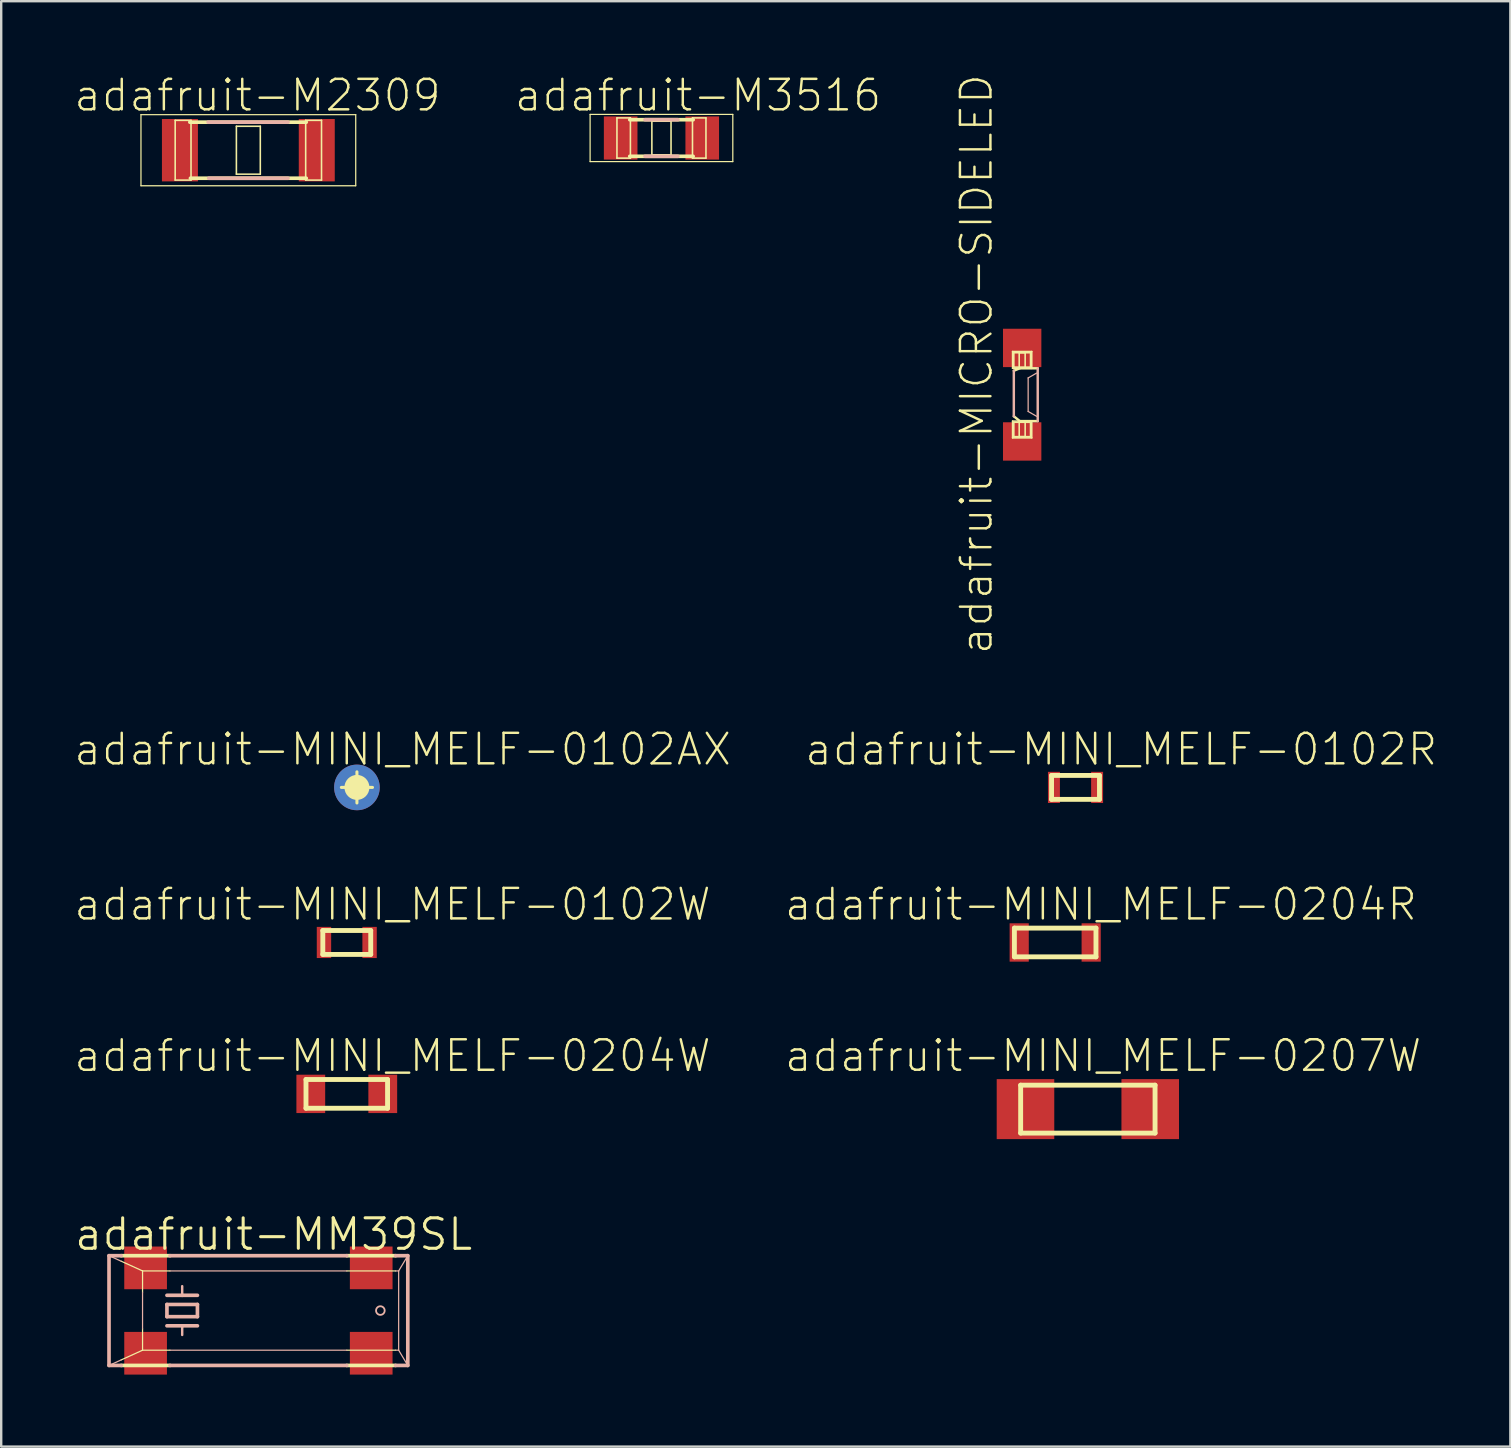
<source format=kicad_pcb>
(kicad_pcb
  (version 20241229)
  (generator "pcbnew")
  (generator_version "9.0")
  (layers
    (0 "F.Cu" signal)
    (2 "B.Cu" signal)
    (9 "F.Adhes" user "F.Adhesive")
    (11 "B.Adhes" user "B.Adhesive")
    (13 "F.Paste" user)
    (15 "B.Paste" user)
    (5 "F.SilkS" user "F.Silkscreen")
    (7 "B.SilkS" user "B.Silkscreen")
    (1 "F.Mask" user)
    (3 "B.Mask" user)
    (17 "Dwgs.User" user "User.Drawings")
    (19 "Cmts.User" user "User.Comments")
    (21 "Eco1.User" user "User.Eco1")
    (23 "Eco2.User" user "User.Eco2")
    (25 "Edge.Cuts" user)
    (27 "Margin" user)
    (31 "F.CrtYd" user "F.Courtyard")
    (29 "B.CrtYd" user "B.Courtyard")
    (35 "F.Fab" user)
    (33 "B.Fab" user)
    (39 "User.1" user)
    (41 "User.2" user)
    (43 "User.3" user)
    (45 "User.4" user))
  (footprint "adafruit-MINI_MELF-0207W"
    (layer "F.Cu")
    (at 42.265 43.151)
    (property "Reference" "adafruit-MINI_MELF-0207W" (at 0.635 -2.223 0) (layer "F.SilkS") (effects (font (size 1.27 1.27) (thickness 0.102))))
    (attr smd)
    (fp_line (start -2.799 -0.998) (end -2.799 0.998) (stroke (width 0.203) (type solid)) (layer "F.SilkS"))
    (fp_line (start -2.799 0.998) (end 2.799 0.998) (stroke (width 0.203) (type solid)) (layer "F.SilkS"))
    (fp_line (start 2.799 -0.998) (end -2.799 -0.998) (stroke (width 0.203) (type solid)) (layer "F.SilkS"))
    (fp_line (start 2.799 0.998) (end 2.799 -0.998) (stroke (width 0.203) (type solid)) (layer "F.SilkS"))
    (pad "1" smd rect (at -2.598 0) (size 2.398 2.499) (layers "F.Cu" "F.Mask" "F.Paste"))
    (pad "2" smd rect (at 2.598 0) (size 2.398 2.499) (layers "F.Cu" "F.Mask" "F.Paste")))
  (footprint "adafruit-MINI_MELF-0204W"
    (layer "F.Cu")
    (at 11.395 42.516)
    (property "Reference" "adafruit-MINI_MELF-0204W" (at 1.905 -1.587 0) (layer "F.SilkS") (effects (font (size 1.27 1.27) (thickness 0.102))))
    (attr smd)
    (fp_line (start -1.699 -0.599) (end -1.699 0.599) (stroke (width 0.203) (type solid)) (layer "F.SilkS"))
    (fp_line (start -1.699 0.599) (end 1.699 0.599) (stroke (width 0.203) (type solid)) (layer "F.SilkS"))
    (fp_line (start 1.699 -0.599) (end -1.699 -0.599) (stroke (width 0.203) (type solid)) (layer "F.SilkS"))
    (fp_line (start 1.699 0.599) (end 1.699 -0.599) (stroke (width 0.203) (type solid)) (layer "F.SilkS"))
    (pad "1" smd rect (at -1.499 0) (size 1.199 1.598) (layers "F.Cu" "F.Mask" "F.Paste"))
    (pad "2" smd rect (at 1.499 0) (size 1.199 1.598) (layers "F.Cu" "F.Mask" "F.Paste")))
  (footprint "adafruit-MINI_MELF-0102R"
    (layer "F.Cu")
    (at 41.751 29.75)
    (property "Reference" "adafruit-MINI_MELF-0102R" (at 1.905 -1.587 0) (layer "F.SilkS") (effects (font (size 1.27 1.27) (thickness 0.102))))
    (attr smd)
    (fp_line (start -0.998 -0.498) (end -0.998 0.498) (stroke (width 0.203) (type solid)) (layer "F.SilkS"))
    (fp_line (start -0.998 0.498) (end 0.998 0.498) (stroke (width 0.203) (type solid)) (layer "F.SilkS"))
    (fp_line (start 0.998 -0.498) (end -0.998 -0.498) (stroke (width 0.203) (type solid)) (layer "F.SilkS"))
    (fp_line (start 0.998 0.498) (end 0.998 -0.498) (stroke (width 0.203) (type solid)) (layer "F.SilkS"))
    (pad "1" smd rect (at -0.899 0) (size 0.498 1.298) (layers "F.Cu" "F.Mask" "F.Paste"))
    (pad "2" smd rect (at 0.899 0) (size 0.498 1.298) (layers "F.Cu" "F.Mask" "F.Paste")))
  (footprint "adafruit-MINI_MELF-0102W"
    (layer "F.Cu")
    (at 11.395 36.209)
    (property "Reference" "adafruit-MINI_MELF-0102W" (at 1.905 -1.587 0) (layer "F.SilkS") (effects (font (size 1.27 1.27) (thickness 0.102))))
    (attr smd)
    (fp_line (start -0.998 -0.498) (end -0.998 0.498) (stroke (width 0.203) (type solid)) (layer "F.SilkS"))
    (fp_line (start -0.998 0.498) (end 0.998 0.498) (stroke (width 0.203) (type solid)) (layer "F.SilkS"))
    (fp_line (start 0.998 -0.498) (end -0.998 -0.498) (stroke (width 0.203) (type solid)) (layer "F.SilkS"))
    (fp_line (start 0.998 0.498) (end 0.998 -0.498) (stroke (width 0.203) (type solid)) (layer "F.SilkS"))
    (pad "1" smd rect (at -0.95 0) (size 0.599 1.298) (layers "F.Cu" "F.Mask" "F.Paste"))
    (pad "2" smd rect (at 0.95 0) (size 0.599 1.298) (layers "F.Cu" "F.Mask" "F.Paste")))
  (footprint "adafruit-MICRO-SIDELED"
    (layer "F.Cu")
    (at 39.529 13.391)
    (property "Reference" "adafruit-MICRO-SIDELED" (at -1.905 -1.27 90) (layer "F.SilkS") (effects (font (size 1.27 1.27) (thickness 0.102))))
    (attr smd)
    (fp_line (start -0.399 -1.798) (end 0.399 -1.798) (stroke (width 0.066) (type solid)) (layer "F.SilkS"))
    (fp_line (start -0.399 -1.1) (end -0.399 -1.798) (stroke (width 0.066) (type solid)) (layer "F.SilkS"))
    (fp_line (start -0.399 -1.1) (end 0.399 -1.1) (stroke (width 0.066) (type solid)) (layer "F.SilkS"))
    (fp_line (start -0.399 1.1) (end 0.399 1.1) (stroke (width 0.066) (type solid)) (layer "F.SilkS"))
    (fp_line (start -0.399 1.798) (end -0.399 1.1) (stroke (width 0.066) (type solid)) (layer "F.SilkS"))
    (fp_line (start -0.399 1.798) (end 0.399 1.798) (stroke (width 0.066) (type solid)) (layer "F.SilkS"))
    (fp_line (start -0.348 -1.748) (end 0.348 -1.748) (stroke (width 0.066) (type solid)) (layer "F.SilkS"))
    (fp_line (start -0.348 -1.148) (end -0.348 -1.748) (stroke (width 0.066) (type solid)) (layer "F.SilkS"))
    (fp_line (start -0.348 -1.148) (end 0.348 -1.148) (stroke (width 0.066) (type solid)) (layer "F.SilkS"))
    (fp_line (start -0.348 0.899) (end -0.099 1.1) (stroke (width 0.102) (type solid)) (layer "F.SilkS"))
    (fp_line (start -0.348 1.148) (end 0.348 1.148) (stroke (width 0.066) (type solid)) (layer "F.SilkS"))
    (fp_line (start -0.348 1.748) (end -0.348 1.148) (stroke (width 0.066) (type solid)) (layer "F.SilkS"))
    (fp_line (start -0.348 1.748) (end 0.348 1.748) (stroke (width 0.066) (type solid)) (layer "F.SilkS"))
    (fp_line (start -0.124 -1.748) (end 0.124 -1.748) (stroke (width 0.066) (type solid)) (layer "F.SilkS"))
    (fp_line (start -0.124 -1.123) (end -0.124 -1.748) (stroke (width 0.066) (type solid)) (layer "F.SilkS"))
    (fp_line (start -0.124 -1.123) (end 0.124 -1.123) (stroke (width 0.066) (type solid)) (layer "F.SilkS"))
    (fp_line (start -0.124 1.123) (end 0.124 1.123) (stroke (width 0.066) (type solid)) (layer "F.SilkS"))
    (fp_line (start -0.124 1.748) (end -0.124 1.123) (stroke (width 0.066) (type solid)) (layer "F.SilkS"))
    (fp_line (start -0.124 1.748) (end 0.124 1.748) (stroke (width 0.066) (type solid)) (layer "F.SilkS"))
    (fp_line (start -0.099 -1.1) (end -0.348 -0.998) (stroke (width 0.102) (type solid)) (layer "F.SilkS"))
    (fp_line (start -0.099 1.1) (end 0.648 1.1) (stroke (width 0.102) (type solid)) (layer "F.SilkS"))
    (fp_line (start 0.124 -1.123) (end 0.124 -1.748) (stroke (width 0.066) (type solid)) (layer "F.SilkS"))
    (fp_line (start 0.124 1.748) (end 0.124 1.123) (stroke (width 0.066) (type solid)) (layer "F.SilkS"))
    (fp_line (start 0.348 -1.148) (end 0.348 -1.748) (stroke (width 0.066) (type solid)) (layer "F.SilkS"))
    (fp_line (start 0.348 1.748) (end 0.348 1.148) (stroke (width 0.066) (type solid)) (layer "F.SilkS"))
    (fp_line (start 0.399 -1.1) (end 0.399 -1.798) (stroke (width 0.066) (type solid)) (layer "F.SilkS"))
    (fp_line (start 0.399 1.798) (end 0.399 1.1) (stroke (width 0.066) (type solid)) (layer "F.SilkS"))
    (fp_line (start 0.648 -1.1) (end -0.099 -1.1) (stroke (width 0.102) (type solid)) (layer "F.SilkS"))
    (fp_line (start -0.348 -0.998) (end -0.348 0.899) (stroke (width 0.102) (type solid)) (layer "B.SilkS"))
    (fp_line (start 0.249 -0.699) (end 0.249 0.699) (stroke (width 0.051) (type solid)) (layer "B.SilkS"))
    (fp_line (start 0.249 0.699) (end 0.599 0.899) (stroke (width 0.051) (type solid)) (layer "B.SilkS"))
    (fp_line (start 0.599 -0.899) (end 0.249 -0.699) (stroke (width 0.051) (type solid)) (layer "B.SilkS"))
    (fp_line (start 0.648 1.1) (end 0.648 -1.1) (stroke (width 0.102) (type solid)) (layer "B.SilkS"))
    (pad "A" smd rect (at 0 -1.948) (size 1.598 1.598) (layers "F.Cu" "F.Mask" "F.Paste"))
    (pad "C" smd rect (at 0 1.948) (size 1.598 1.598) (layers "F.Cu" "F.Mask" "F.Paste")))
  (footprint "adafruit-MM39SL"
    (layer "F.Cu")
    (at 7.714 51.542)
    (property "Reference" "adafruit-MM39SL" (at 0.635 -3.175 0) (layer "F.SilkS") (effects (font (size 1.27 1.27) (thickness 0.127))))
    (attr smd)
    (fp_line (start -5.715 -2.286) (end -3.683 -2.286) (stroke (width 0.152) (type solid)) (layer "F.SilkS"))
    (fp_line (start -5.715 2.286) (end -3.683 2.286) (stroke (width 0.152) (type solid)) (layer "F.SilkS"))
    (fp_line (start -4.826 -1.651) (end -5.715 -2.055) (stroke (width 0.051) (type solid)) (layer "F.SilkS"))
    (fp_line (start -4.826 -1.651) (end -4.826 -0.762) (stroke (width 0.051) (type solid)) (layer "F.SilkS"))
    (fp_line (start -4.826 0.762) (end -4.826 1.651) (stroke (width 0.051) (type solid)) (layer "F.SilkS"))
    (fp_line (start -4.826 1.651) (end -5.715 2.055) (stroke (width 0.051) (type solid)) (layer "F.SilkS"))
    (fp_line (start -4.826 1.651) (end -3.683 1.651) (stroke (width 0.051) (type solid)) (layer "F.SilkS"))
    (fp_line (start -3.683 -1.651) (end -4.826 -1.651) (stroke (width 0.051) (type solid)) (layer "F.SilkS"))
    (fp_line (start 3.683 -2.286) (end 5.715 -2.286) (stroke (width 0.152) (type solid)) (layer "F.SilkS"))
    (fp_line (start 3.683 1.651) (end 5.715 1.651) (stroke (width 0.051) (type solid)) (layer "F.SilkS"))
    (fp_line (start 3.683 2.286) (end 5.715 2.286) (stroke (width 0.152) (type solid)) (layer "F.SilkS"))
    (fp_line (start 5.715 -1.651) (end 3.683 -1.651) (stroke (width 0.051) (type solid)) (layer "F.SilkS"))
    (fp_line (start -6.223 -2.286) (end -5.715 -2.286) (stroke (width 0.152) (type solid)) (layer "B.SilkS"))
    (fp_line (start -6.223 2.286) (end -6.223 -2.286) (stroke (width 0.152) (type solid)) (layer "B.SilkS"))
    (fp_line (start -6.223 2.286) (end -5.715 2.286) (stroke (width 0.152) (type solid)) (layer "B.SilkS"))
    (fp_line (start -5.715 -2.055) (end -6.223 -2.286) (stroke (width 0.051) (type solid)) (layer "B.SilkS"))
    (fp_line (start -5.715 2.055) (end -6.223 2.286) (stroke (width 0.051) (type solid)) (layer "B.SilkS"))
    (fp_line (start -4.826 -0.762) (end -4.826 0.762) (stroke (width 0.051) (type solid)) (layer "B.SilkS"))
    (fp_line (start -3.81 -0.635) (end -3.175 -0.635) (stroke (width 0.152) (type solid)) (layer "B.SilkS"))
    (fp_line (start -3.81 -0.254) (end -3.81 0.254) (stroke (width 0.152) (type solid)) (layer "B.SilkS"))
    (fp_line (start -3.81 0.254) (end -2.54 0.254) (stroke (width 0.152) (type solid)) (layer "B.SilkS"))
    (fp_line (start -3.81 0.635) (end -3.175 0.635) (stroke (width 0.152) (type solid)) (layer "B.SilkS"))
    (fp_line (start -3.683 -2.286) (end 3.683 -2.286) (stroke (width 0.152) (type solid)) (layer "B.SilkS"))
    (fp_line (start -3.683 1.651) (end 3.683 1.651) (stroke (width 0.051) (type solid)) (layer "B.SilkS"))
    (fp_line (start -3.683 2.286) (end 3.683 2.286) (stroke (width 0.152) (type solid)) (layer "B.SilkS"))
    (fp_line (start -3.175 -0.635) (end -3.175 -1.016) (stroke (width 0.102) (type solid)) (layer "B.SilkS"))
    (fp_line (start -3.175 -0.635) (end -2.54 -0.635) (stroke (width 0.152) (type solid)) (layer "B.SilkS"))
    (fp_line (start -3.175 0.635) (end -3.175 1.016) (stroke (width 0.102) (type solid)) (layer "B.SilkS"))
    (fp_line (start -3.175 0.635) (end -2.54 0.635) (stroke (width 0.152) (type solid)) (layer "B.SilkS"))
    (fp_line (start -2.54 -0.254) (end -3.81 -0.254) (stroke (width 0.152) (type solid)) (layer "B.SilkS"))
    (fp_line (start -2.54 0.254) (end -2.54 -0.254) (stroke (width 0.152) (type solid)) (layer "B.SilkS"))
    (fp_line (start 3.683 -1.651) (end -3.683 -1.651) (stroke (width 0.051) (type solid)) (layer "B.SilkS"))
    (fp_line (start 5.715 -2.286) (end 6.223 -2.286) (stroke (width 0.152) (type solid)) (layer "B.SilkS"))
    (fp_line (start 5.715 1.651) (end 5.842 1.651) (stroke (width 0.051) (type solid)) (layer "B.SilkS"))
    (fp_line (start 5.715 2.286) (end 6.223 2.286) (stroke (width 0.152) (type solid)) (layer "B.SilkS"))
    (fp_line (start 5.842 -1.651) (end 5.715 -1.651) (stroke (width 0.051) (type solid)) (layer "B.SilkS"))
    (fp_line (start 5.842 -1.651) (end 6.223 -2.286) (stroke (width 0.051) (type solid)) (layer "B.SilkS"))
    (fp_line (start 5.842 1.651) (end 5.842 -1.651) (stroke (width 0.051) (type solid)) (layer "B.SilkS"))
    (fp_line (start 5.842 1.651) (end 6.223 2.286) (stroke (width 0.051) (type solid)) (layer "B.SilkS"))
    (fp_line (start 6.223 2.286) (end 6.223 -2.286) (stroke (width 0.152) (type solid)) (layer "B.SilkS"))
    (fp_circle (center 5.08 0) (end 5.207 0.127) (stroke (width 0.076) (type solid)) (fill no) (layer "B.SilkS"))
    (pad "1" smd rect (at -4.699 1.778) (size 1.778 1.778) (layers "F.Cu" "F.Mask" "F.Paste"))
    (pad "2" smd rect (at 4.699 1.778) (size 1.778 1.778) (layers "F.Cu" "F.Mask" "F.Paste"))
    (pad "3" smd rect (at 4.699 -1.778) (size 1.778 1.778) (layers "F.Cu" "F.Mask" "F.Paste"))
    (pad "4" smd rect (at -4.699 -1.778) (size 1.778 1.778) (layers "F.Cu" "F.Mask" "F.Paste")))
  (footprint "adafruit-MINI_MELF-0102AX"
    (layer "F.Cu")
    (at 11.818 29.75)
    (property "Reference" "adafruit-MINI_MELF-0102AX" (at 1.905 -1.587 0) (layer "F.SilkS") (effects (font (size 1.27 1.27) (thickness 0.102))))
    (attr smd)
    (fp_line (start -0.648 0) (end 0.648 0) (stroke (width 0.127) (type solid)) (layer "F.SilkS"))
    (fp_line (start 0 0.648) (end 0 -0.648) (stroke (width 0.127) (type solid)) (layer "F.SilkS"))
    (fp_circle (center 0 0) (end -0.323 0.323) (stroke (width 0.127) (type solid)) (fill no) (layer "F.SilkS"))
    (fp_circle (center 0 0) (end -0.3 0.3) (stroke (width 0) (type solid)) (fill yes) (layer "F.SilkS"))
    (fp_circle (center 0 0) (end -0.3 0.3) (stroke (width 0) (type solid)) (fill yes) (layer "F.SilkS"))
    (pad "1" smd circle (at 0 0) (size 1.9 1.9) (layers "F.Cu" "F.Mask" "F.Paste"))
    (pad "2" smd circle (at 0 0) (size 1.9 1.9) (layers "B.Cu" "B.Mask")))
  (footprint "adafruit-M2309"
    (layer "F.Cu")
    (at 7.295 3.207)
    (property "Reference" "adafruit-M2309" (at 0.381 -2.286 0) (layer "F.SilkS") (effects (font (size 1.27 1.27) (thickness 0.102))))
    (attr smd)
    (fp_line (start -4.473 -1.481) (end 4.473 -1.481) (stroke (width 0.051) (type solid)) (layer "F.SilkS"))
    (fp_line (start -4.473 1.481) (end -4.473 -1.481) (stroke (width 0.051) (type solid)) (layer "F.SilkS"))
    (fp_line (start -3.048 -1.245) (end -2.388 -1.245) (stroke (width 0.066) (type solid)) (layer "F.SilkS"))
    (fp_line (start -3.048 1.245) (end -3.048 -1.245) (stroke (width 0.066) (type solid)) (layer "F.SilkS"))
    (fp_line (start -3.048 1.245) (end -2.388 1.245) (stroke (width 0.066) (type solid)) (layer "F.SilkS"))
    (fp_line (start -2.388 1.245) (end -2.388 -1.245) (stroke (width 0.066) (type solid)) (layer "F.SilkS"))
    (fp_line (start -0.498 -0.998) (end 0.498 -0.998) (stroke (width 0.066) (type solid)) (layer "F.SilkS"))
    (fp_line (start -0.498 0.998) (end -0.498 -0.998) (stroke (width 0.066) (type solid)) (layer "F.SilkS"))
    (fp_line (start -0.498 0.998) (end 0.498 0.998) (stroke (width 0.066) (type solid)) (layer "F.SilkS"))
    (fp_line (start 0.498 0.998) (end 0.498 -0.998) (stroke (width 0.066) (type solid)) (layer "F.SilkS"))
    (fp_line (start 2.388 -1.245) (end 3.048 -1.245) (stroke (width 0.066) (type solid)) (layer "F.SilkS"))
    (fp_line (start 2.388 1.245) (end 2.388 -1.245) (stroke (width 0.066) (type solid)) (layer "F.SilkS"))
    (fp_line (start 2.388 1.245) (end 3.048 1.245) (stroke (width 0.066) (type solid)) (layer "F.SilkS"))
    (fp_line (start 2.413 -1.168) (end -2.438 -1.168) (stroke (width 0.152) (type solid)) (layer "F.SilkS"))
    (fp_line (start 2.413 1.168) (end -2.413 1.168) (stroke (width 0.152) (type solid)) (layer "F.SilkS"))
    (fp_line (start 3.048 1.245) (end 3.048 -1.245) (stroke (width 0.066) (type solid)) (layer "F.SilkS"))
    (fp_line (start 4.473 -1.481) (end 4.473 1.481) (stroke (width 0.051) (type solid)) (layer "F.SilkS"))
    (fp_line (start 4.473 1.481) (end -4.473 1.481) (stroke (width 0.051) (type solid)) (layer "F.SilkS"))
    (fp_line (start 1.651 -1.168) (end -1.676 -1.168) (stroke (width 0.152) (type solid)) (layer "B.SilkS"))
    (fp_line (start 1.651 1.168) (end -1.651 1.168) (stroke (width 0.152) (type solid)) (layer "B.SilkS"))
    (pad "1" smd rect (at -2.85 0) (size 1.499 2.598) (layers "F.Cu" "F.Mask" "F.Paste"))
    (pad "2" smd rect (at 2.85 0) (size 1.499 2.598) (layers "F.Cu" "F.Mask" "F.Paste")))
  (footprint "adafruit-M3516"
    (layer "F.Cu")
    (at 24.503 2.699)
    (property "Reference" "adafruit-M3516" (at 1.524 -1.778 0) (layer "F.SilkS") (effects (font (size 1.27 1.27) (thickness 0.102))))
    (attr smd)
    (fp_line (start -2.972 -0.983) (end 2.972 -0.983) (stroke (width 0.051) (type solid)) (layer "F.SilkS"))
    (fp_line (start -2.972 0.983) (end -2.972 -0.983) (stroke (width 0.051) (type solid)) (layer "F.SilkS"))
    (fp_line (start -1.854 -0.838) (end -1.293 -0.838) (stroke (width 0.066) (type solid)) (layer "F.SilkS"))
    (fp_line (start -1.854 0.838) (end -1.854 -0.838) (stroke (width 0.066) (type solid)) (layer "F.SilkS"))
    (fp_line (start -1.854 0.838) (end -1.293 0.838) (stroke (width 0.066) (type solid)) (layer "F.SilkS"))
    (fp_line (start -1.293 0.838) (end -1.293 -0.838) (stroke (width 0.066) (type solid)) (layer "F.SilkS"))
    (fp_line (start -0.399 -0.699) (end 0.399 -0.699) (stroke (width 0.066) (type solid)) (layer "F.SilkS"))
    (fp_line (start -0.399 0.699) (end -0.399 -0.699) (stroke (width 0.066) (type solid)) (layer "F.SilkS"))
    (fp_line (start -0.399 0.699) (end 0.399 0.699) (stroke (width 0.066) (type solid)) (layer "F.SilkS"))
    (fp_line (start 0.399 0.699) (end 0.399 -0.699) (stroke (width 0.066) (type solid)) (layer "F.SilkS"))
    (fp_line (start 1.293 -0.838) (end 1.854 -0.838) (stroke (width 0.066) (type solid)) (layer "F.SilkS"))
    (fp_line (start 1.293 0.838) (end 1.293 -0.838) (stroke (width 0.066) (type solid)) (layer "F.SilkS"))
    (fp_line (start 1.293 0.838) (end 1.854 0.838) (stroke (width 0.066) (type solid)) (layer "F.SilkS"))
    (fp_line (start 1.321 -0.762) (end -1.321 -0.762) (stroke (width 0.152) (type solid)) (layer "F.SilkS"))
    (fp_line (start 1.321 0.762) (end -1.321 0.762) (stroke (width 0.152) (type solid)) (layer "F.SilkS"))
    (fp_line (start 1.854 0.838) (end 1.854 -0.838) (stroke (width 0.066) (type solid)) (layer "F.SilkS"))
    (fp_line (start 2.972 -0.983) (end 2.972 0.983) (stroke (width 0.051) (type solid)) (layer "F.SilkS"))
    (fp_line (start 2.972 0.983) (end -2.972 0.983) (stroke (width 0.051) (type solid)) (layer "F.SilkS"))
    (fp_line (start 0.686 -0.762) (end -0.686 -0.762) (stroke (width 0.152) (type solid)) (layer "B.SilkS"))
    (fp_line (start 0.686 0.762) (end -0.686 0.762) (stroke (width 0.152) (type solid)) (layer "B.SilkS"))
    (pad "1" smd rect (at -1.699 0) (size 1.4 1.798) (layers "F.Cu" "F.Mask" "F.Paste"))
    (pad "2" smd rect (at 1.699 0) (size 1.4 1.798) (layers "F.Cu" "F.Mask" "F.Paste")))
  (footprint "adafruit-MINI_MELF-0204R"
    (layer "F.Cu")
    (at 40.904 36.209)
    (property "Reference" "adafruit-MINI_MELF-0204R" (at 1.905 -1.587 0) (layer "F.SilkS") (effects (font (size 1.27 1.27) (thickness 0.102))))
    (attr smd)
    (fp_line (start -1.699 -0.599) (end -1.699 0.599) (stroke (width 0.203) (type solid)) (layer "F.SilkS"))
    (fp_line (start -1.699 0.599) (end 1.699 0.599) (stroke (width 0.203) (type solid)) (layer "F.SilkS"))
    (fp_line (start 1.699 -0.599) (end -1.699 -0.599) (stroke (width 0.203) (type solid)) (layer "F.SilkS"))
    (fp_line (start 1.699 0.599) (end 1.699 -0.599) (stroke (width 0.203) (type solid)) (layer "F.SilkS"))
    (pad "1" smd rect (at -1.499 0) (size 0.798 1.598) (layers "F.Cu" "F.Mask" "F.Paste"))
    (pad "2" smd rect (at 1.499 0) (size 0.798 1.598) (layers "F.Cu" "F.Mask" "F.Paste")))
  (gr_rect
    (start -3 -3)
    (end 59.865 57.209)
    (stroke (width 0.1) (type default))
    (fill no)
    (layer "Edge.Cuts")))
</source>
